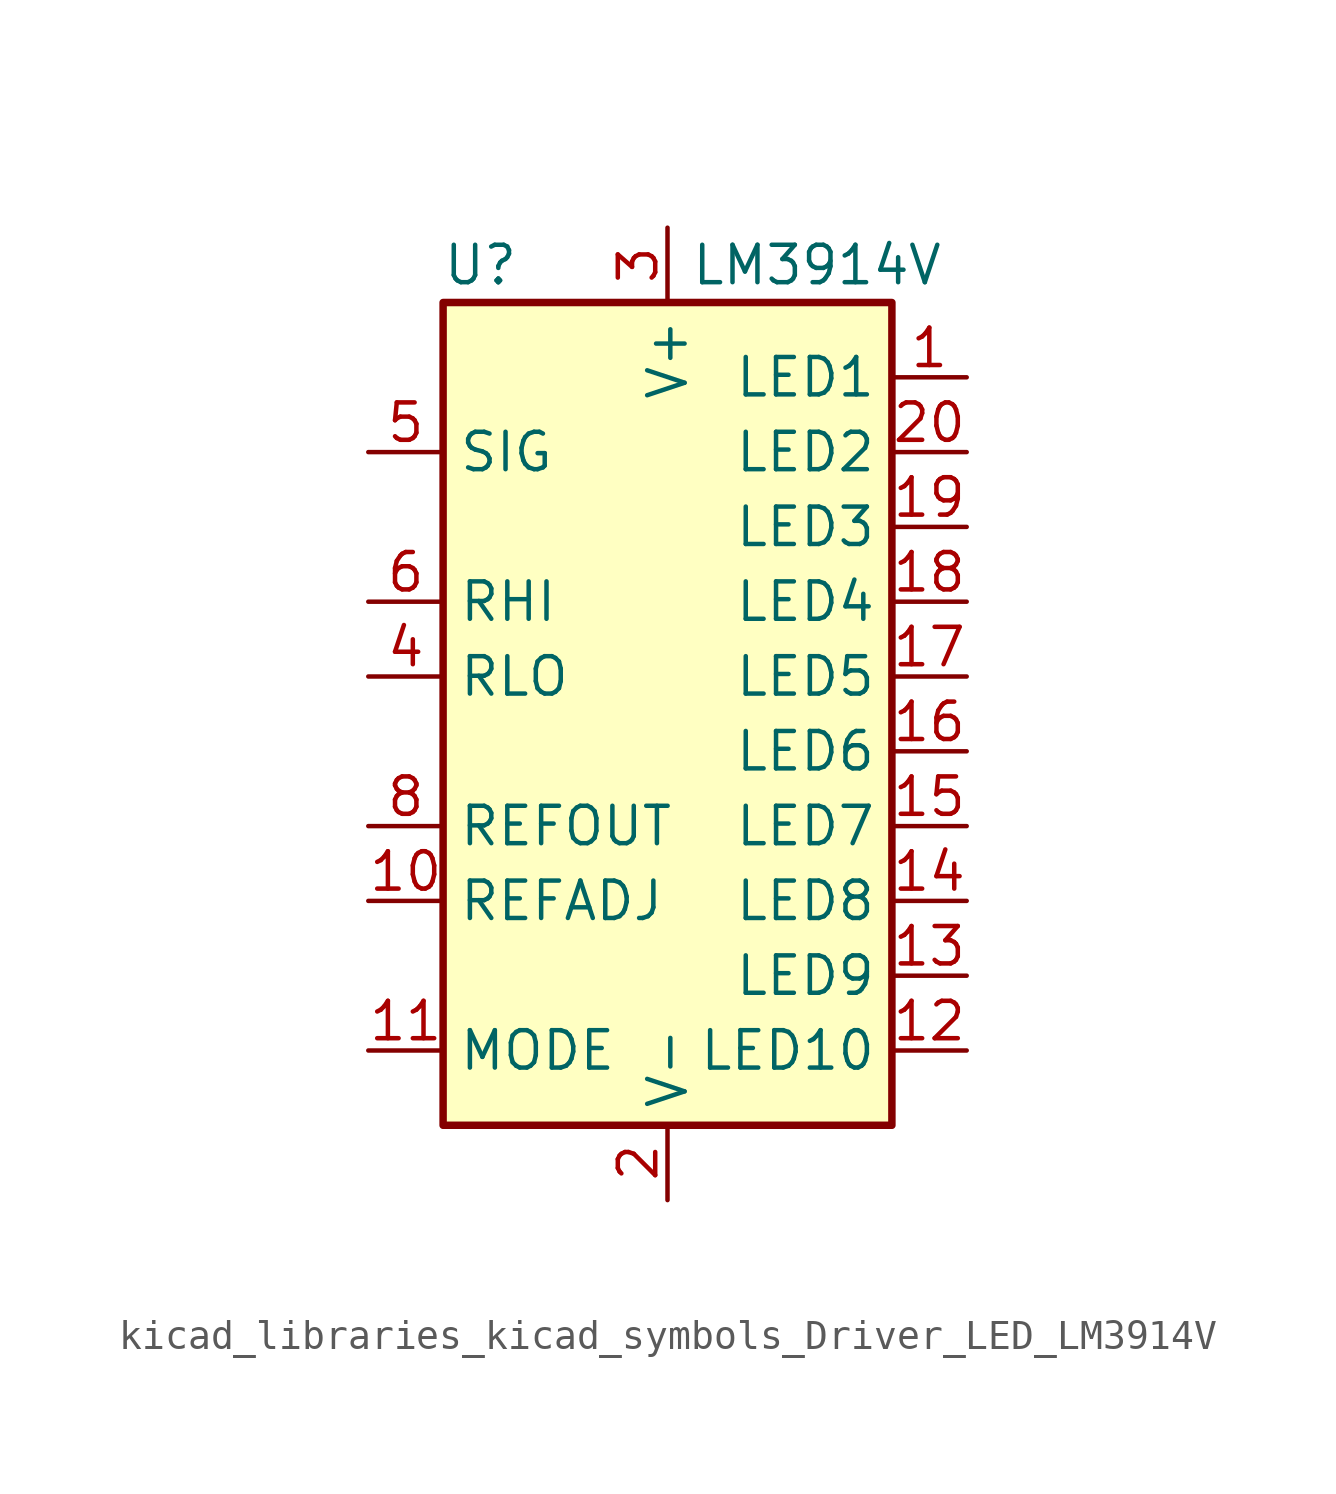
<source format=kicad_sym>
(kicad_symbol_lib
  (version 20220914)
  (generator kicad_symbol_editor)
  (symbol "kicad_libraries_kicad_symbols_Driver_LED_LM3914V"
    (property "Reference" "U"
      (at -6.35 13.97 0)
      (effects (font (size 1.27 1.27))))
    (property "Value" "LM3914V"
      (at 5.08 13.97 0)
      (effects (font (size 1.27 1.27))))
    (symbol "kicad_libraries_kicad_symbols_Driver_LED_LM3914V_0_1"
      (rectangle (start -7.62 12.7) (end 7.62 -15.24) (stroke (width 0.254) (type default)) (fill (type background))))
    (symbol "kicad_libraries_kicad_symbols_Driver_LED_LM3914V_1_1"
      (pin open_collector line (at 10.16 10.16 180) (length 2.54) (name "LED1" (effects (font (size 1.27 1.27)))) (number "1" (effects (font (size 1.27 1.27)))))
      (pin input line (at -10.16 -7.62 0) (length 2.54) (name "REFADJ" (effects (font (size 1.27 1.27)))) (number "10" (effects (font (size 1.27 1.27)))))
      (pin input line (at -10.16 -12.7 0) (length 2.54) (name "MODE" (effects (font (size 1.27 1.27)))) (number "11" (effects (font (size 1.27 1.27)))))
      (pin open_collector line (at 10.16 -12.7 180) (length 2.54) (name "LED10" (effects (font (size 1.27 1.27)))) (number "12" (effects (font (size 1.27 1.27)))))
      (pin open_collector line (at 10.16 -10.16 180) (length 2.54) (name "LED9" (effects (font (size 1.27 1.27)))) (number "13" (effects (font (size 1.27 1.27)))))
      (pin open_collector line (at 10.16 -7.62 180) (length 2.54) (name "LED8" (effects (font (size 1.27 1.27)))) (number "14" (effects (font (size 1.27 1.27)))))
      (pin open_collector line (at 10.16 -5.08 180) (length 2.54) (name "LED7" (effects (font (size 1.27 1.27)))) (number "15" (effects (font (size 1.27 1.27)))))
      (pin open_collector line (at 10.16 -2.54 180) (length 2.54) (name "LED6" (effects (font (size 1.27 1.27)))) (number "16" (effects (font (size 1.27 1.27)))))
      (pin open_collector line (at 10.16 0 180) (length 2.54) (name "LED5" (effects (font (size 1.27 1.27)))) (number "17" (effects (font (size 1.27 1.27)))))
      (pin open_collector line (at 10.16 2.54 180) (length 2.54) (name "LED4" (effects (font (size 1.27 1.27)))) (number "18" (effects (font (size 1.27 1.27)))))
      (pin open_collector line (at 10.16 5.08 180) (length 2.54) (name "LED3" (effects (font (size 1.27 1.27)))) (number "19" (effects (font (size 1.27 1.27)))))
      (pin power_in line (at 0 -17.78 90) (length 2.54) (name "V-" (effects (font (size 1.27 1.27)))) (number "2" (effects (font (size 1.27 1.27)))))
      (pin open_collector line (at 10.16 7.62 180) (length 2.54) (name "LED2" (effects (font (size 1.27 1.27)))) (number "20" (effects (font (size 1.27 1.27)))))
      (pin power_in line (at 0 15.24 270) (length 2.54) (name "V+" (effects (font (size 1.27 1.27)))) (number "3" (effects (font (size 1.27 1.27)))))
      (pin input line (at -10.16 0 0) (length 2.54) (name "RLO" (effects (font (size 1.27 1.27)))) (number "4" (effects (font (size 1.27 1.27)))))
      (pin input line (at -10.16 7.62 0) (length 2.54) (name "SIG" (effects (font (size 1.27 1.27)))) (number "5" (effects (font (size 1.27 1.27)))))
      (pin input line (at -10.16 2.54 0) (length 2.54) (name "RHI" (effects (font (size 1.27 1.27)))) (number "6" (effects (font (size 1.27 1.27)))))
      (pin no_connect line (at -7.62 5.08 0) (length 2.54) hide (name "NC" (effects (font (size 1.27 1.27)))) (number "7" (effects (font (size 1.27 1.27)))))
      (pin output line (at -10.16 -5.08 0) (length 2.54) (name "REFOUT" (effects (font (size 1.27 1.27)))) (number "8" (effects (font (size 1.27 1.27)))))
      (pin no_connect line (at -7.62 -2.54 0) (length 2.54) hide (name "NC" (effects (font (size 1.27 1.27)))) (number "9" (effects (font (size 1.27 1.27))))))))
</source>
